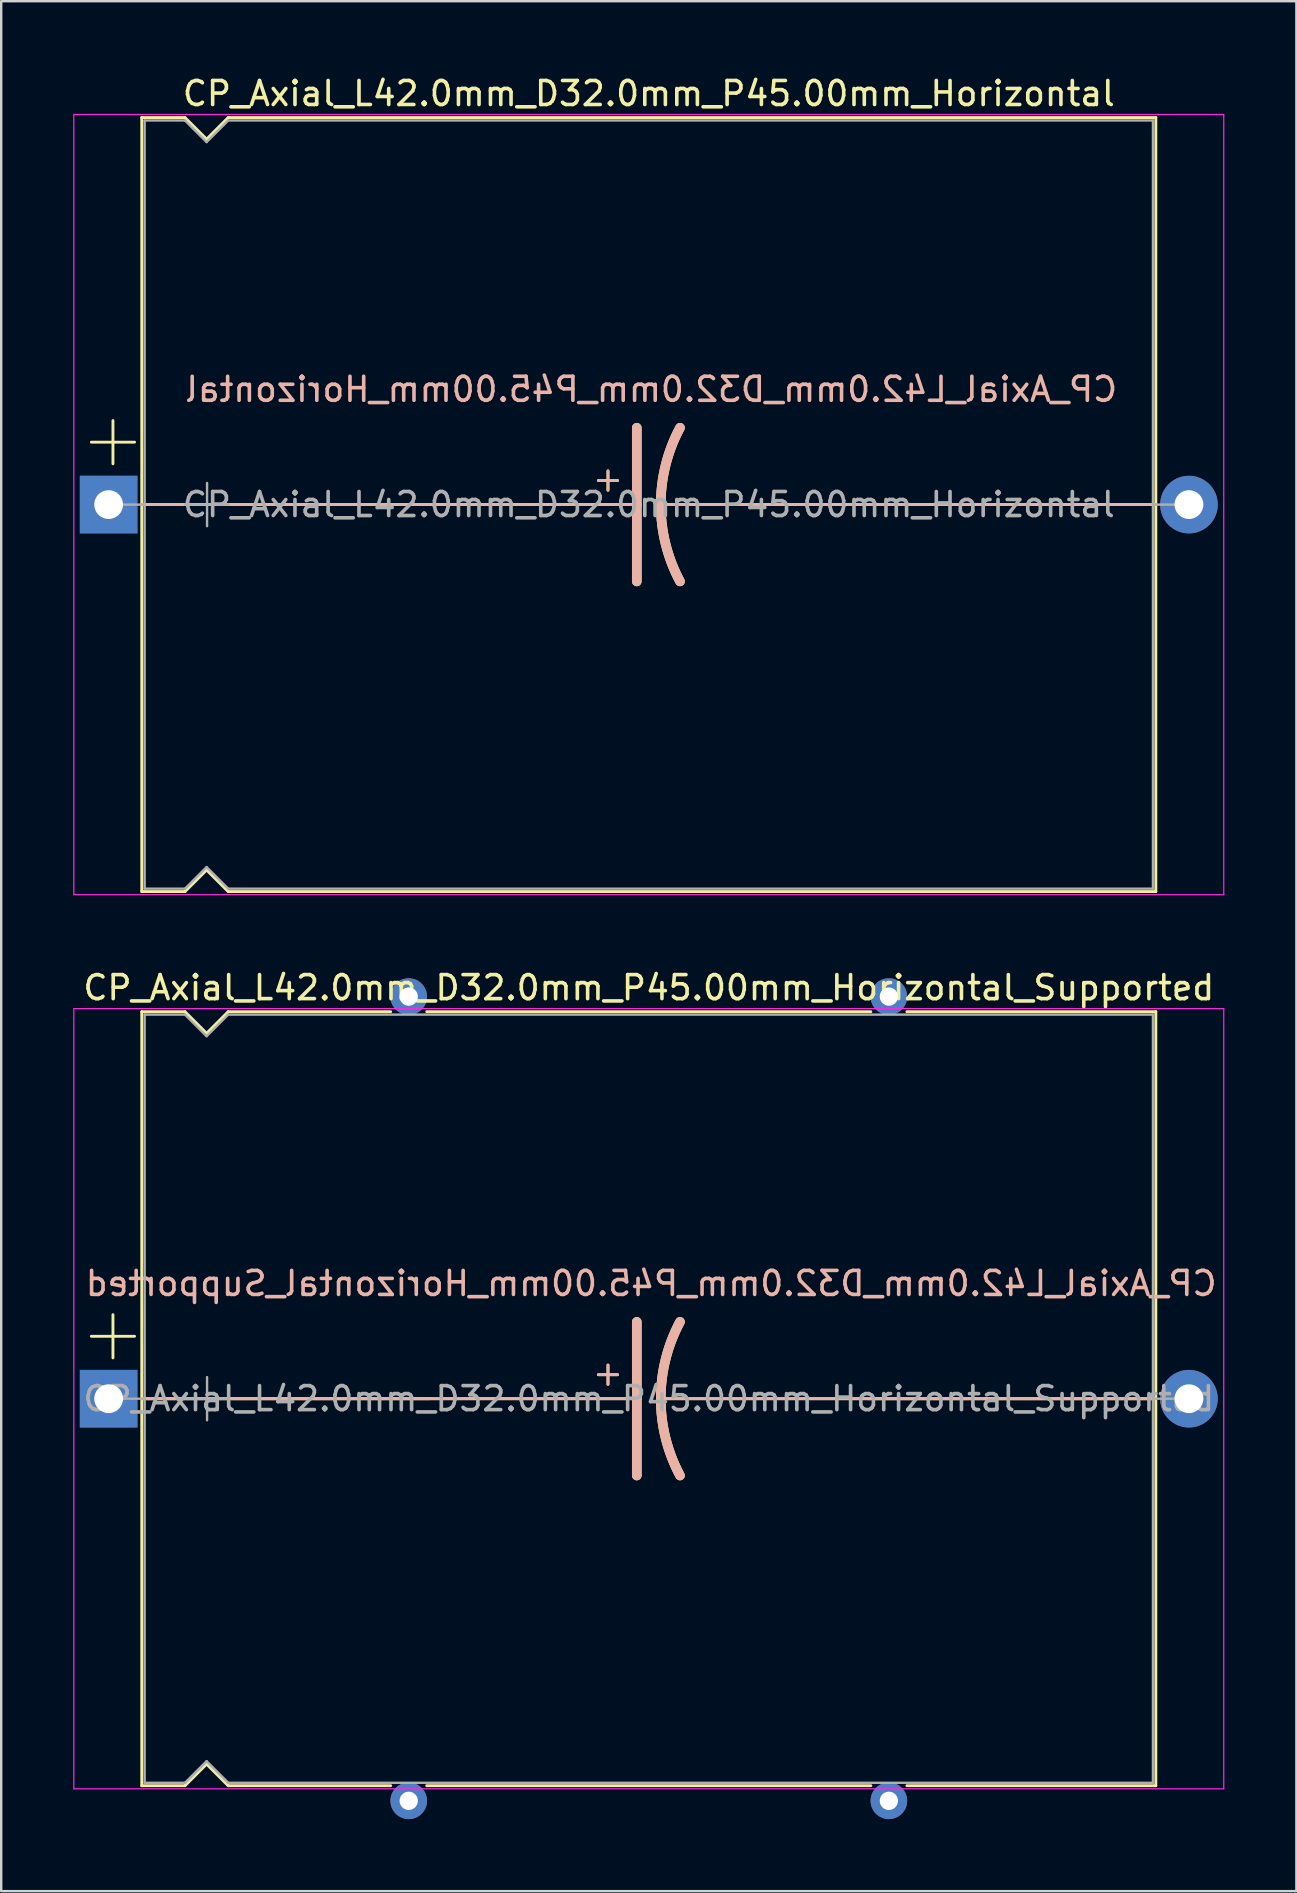
<source format=kicad_pcb>
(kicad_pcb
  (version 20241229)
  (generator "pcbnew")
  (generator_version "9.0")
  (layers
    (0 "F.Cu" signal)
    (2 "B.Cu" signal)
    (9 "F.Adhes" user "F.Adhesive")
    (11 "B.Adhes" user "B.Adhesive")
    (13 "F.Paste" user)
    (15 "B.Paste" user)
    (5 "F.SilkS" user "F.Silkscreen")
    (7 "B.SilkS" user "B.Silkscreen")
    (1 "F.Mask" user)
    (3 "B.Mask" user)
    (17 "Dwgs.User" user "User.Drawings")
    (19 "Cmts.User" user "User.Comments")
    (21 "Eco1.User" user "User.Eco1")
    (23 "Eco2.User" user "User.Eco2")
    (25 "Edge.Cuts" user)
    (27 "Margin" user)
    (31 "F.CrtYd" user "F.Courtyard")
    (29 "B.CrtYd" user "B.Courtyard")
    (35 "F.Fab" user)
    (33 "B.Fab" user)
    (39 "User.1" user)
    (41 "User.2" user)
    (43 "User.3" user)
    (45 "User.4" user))
  (footprint "CP_Axial_L42.0mm_D32.0mm_P45.00mm_Horizontal_Supported"
    (layer "F.Cu")
    (at 1.475 55.212)
    (property "Reference" "CP_Axial_L42.0mm_D32.0mm_P45.00mm_Horizontal_Supported" (at 22.5 -17.12 0) (layer "F.SilkS") (effects (font (size 1 1) (thickness 0.15))))
    (fp_line (start -0.72 -2.6) (end 1.08 -2.6) (stroke (width 0.12) (type solid)) (layer "F.SilkS"))
    (fp_line (start 0.18 -3.5) (end 0.18 -1.7) (stroke (width 0.12) (type solid)) (layer "F.SilkS"))
    (fp_line (start 1.38 -16.12) (end 1.38 16.12) (stroke (width 0.12) (type solid)) (layer "F.SilkS"))
    (fp_line (start 1.38 -16.12) (end 3.18 -16.12) (stroke (width 0.12) (type solid)) (layer "F.SilkS"))
    (fp_line (start 1.38 0) (end 22 0) (stroke (width 0.12) (type solid)) (layer "F.SilkS"))
    (fp_line (start 1.38 16.12) (end 3.18 16.12) (stroke (width 0.12) (type solid)) (layer "F.SilkS"))
    (fp_line (start 3.18 -16.12) (end 4.08 -15.22) (stroke (width 0.12) (type solid)) (layer "F.SilkS"))
    (fp_line (start 3.18 16.12) (end 4.08 15.22) (stroke (width 0.12) (type solid)) (layer "F.SilkS"))
    (fp_line (start 4.08 -15.22) (end 4.98 -16.12) (stroke (width 0.12) (type solid)) (layer "F.SilkS"))
    (fp_line (start 4.08 15.22) (end 4.98 16.12) (stroke (width 0.12) (type solid)) (layer "F.SilkS"))
    (fp_line (start 4.98 -16.12) (end 11.75 -16.12) (stroke (width 0.12) (type solid)) (layer "F.SilkS"))
    (fp_line (start 4.98 16.12) (end 11.75 16.12) (stroke (width 0.12) (type solid)) (layer "F.SilkS"))
    (fp_line (start 13.25 -16.12) (end 31.75 -16.12) (stroke (width 0.12) (type solid)) (layer "F.SilkS"))
    (fp_line (start 13.25 16.12) (end 31.75 16.12) (stroke (width 0.12) (type solid)) (layer "F.SilkS"))
    (fp_line (start 20.4 -1) (end 21.2 -1) (stroke (width 0.12) (type solid)) (layer "F.SilkS"))
    (fp_line (start 20.8 -1.4) (end 20.8 -0.6) (stroke (width 0.12) (type solid)) (layer "F.SilkS"))
    (fp_line (start 22 0) (end 22 -3.2) (stroke (width 0.4) (type solid)) (layer "F.SilkS"))
    (fp_line (start 22 0) (end 22 3.2) (stroke (width 0.4) (type solid)) (layer "F.SilkS"))
    (fp_line (start 33.25 -16.12) (end 43.62 -16.12) (stroke (width 0.12) (type solid)) (layer "F.SilkS"))
    (fp_line (start 33.25 16.12) (end 43.62 16.12) (stroke (width 0.12) (type solid)) (layer "F.SilkS"))
    (fp_line (start 43.62 -16.12) (end 43.62 16.12) (stroke (width 0.12) (type solid)) (layer "F.SilkS"))
    (fp_line (start 43.62 0) (end 23 0) (stroke (width 0.12) (type solid)) (layer "F.SilkS"))
    (fp_arc (start 23 0) (mid 23.203545 -1.649114) (end 23.8 -3.2) (stroke (width 0.4) (type solid)) (layer "F.SilkS"))
    (fp_arc (start 23.8 3.2) (mid 23.200704 1.649824) (end 23 0) (stroke (width 0.4) (type solid)) (layer "F.SilkS"))
    (fp_line (start 1.38 0) (end 22 0) (stroke (width 0.12) (type solid)) (layer "B.SilkS"))
    (fp_line (start 1.4 0) (end 13.38 0) (stroke (width 0.12) (type solid)) (layer "B.SilkS"))
    (fp_line (start 20.4 -1) (end 21.2 -1) (stroke (width 0.12) (type solid)) (layer "B.SilkS"))
    (fp_line (start 20.8 -0.6) (end 20.8 -1.4) (stroke (width 0.12) (type solid)) (layer "B.SilkS"))
    (fp_line (start 22 0) (end 22 -3.2) (stroke (width 0.4) (type solid)) (layer "B.SilkS"))
    (fp_line (start 22 0) (end 22 3.2) (stroke (width 0.4) (type solid)) (layer "B.SilkS"))
    (fp_line (start 43.6 0) (end 31.62 0) (stroke (width 0.12) (type solid)) (layer "B.SilkS"))
    (fp_line (start 43.62 0) (end 23 0) (stroke (width 0.12) (type solid)) (layer "B.SilkS"))
    (fp_arc (start 23 0) (mid 23.200703 -1.649824) (end 23.8 -3.2) (stroke (width 0.4) (type solid)) (layer "B.SilkS"))
    (fp_arc (start 23.8 3.2) (mid 23.203544 1.649114) (end 23 0) (stroke (width 0.4) (type solid)) (layer "B.SilkS"))
    (fp_line (start -1.45 -16.25) (end -1.45 16.25) (stroke (width 0.05) (type solid)) (layer "F.CrtYd"))
    (fp_line (start -1.45 16.25) (end 46.45 16.25) (stroke (width 0.05) (type solid)) (layer "F.CrtYd"))
    (fp_line (start 46.45 -16.25) (end -1.45 -16.25) (stroke (width 0.05) (type solid)) (layer "F.CrtYd"))
    (fp_line (start 46.45 16.25) (end 46.45 -16.25) (stroke (width 0.05) (type solid)) (layer "F.CrtYd"))
    (fp_line (start 0 0) (end 1.5 0) (stroke (width 0.1) (type solid)) (layer "F.Fab"))
    (fp_line (start 1.5 -16) (end 1.5 16) (stroke (width 0.1) (type solid)) (layer "F.Fab"))
    (fp_line (start 1.5 -16) (end 3.18 -16) (stroke (width 0.1) (type solid)) (layer "F.Fab"))
    (fp_line (start 1.5 16) (end 3.18 16) (stroke (width 0.1) (type solid)) (layer "F.Fab"))
    (fp_line (start 3.18 -16) (end 4.08 -15.1) (stroke (width 0.1) (type solid)) (layer "F.Fab"))
    (fp_line (start 3.18 16) (end 4.08 15.1) (stroke (width 0.1) (type solid)) (layer "F.Fab"))
    (fp_line (start 3.2 0) (end 5 0) (stroke (width 0.1) (type solid)) (layer "F.Fab"))
    (fp_line (start 4.08 -15.1) (end 4.98 -16) (stroke (width 0.1) (type solid)) (layer "F.Fab"))
    (fp_line (start 4.08 15.1) (end 4.98 16) (stroke (width 0.1) (type solid)) (layer "F.Fab"))
    (fp_line (start 4.1 -0.9) (end 4.1 0.9) (stroke (width 0.1) (type solid)) (layer "F.Fab"))
    (fp_line (start 4.98 -16) (end 43.5 -16) (stroke (width 0.1) (type solid)) (layer "F.Fab"))
    (fp_line (start 4.98 16) (end 43.5 16) (stroke (width 0.1) (type solid)) (layer "F.Fab"))
    (fp_line (start 43.5 -16) (end 43.5 16) (stroke (width 0.1) (type solid)) (layer "F.Fab"))
    (fp_line (start 45 0) (end 43.5 0) (stroke (width 0.1) (type solid)) (layer "F.Fab"))
    (fp_text user "${REFERENCE}" (at 22.6 -4.8 0) (layer "B.SilkS") (effects (font (size 1 1) (thickness 0.15)) (justify mirror)))
    (fp_text user "${REFERENCE}" (at 22.5 0 0) (layer "F.Fab") (effects (font (size 1 1) (thickness 0.15))))
    (pad "" thru_hole circle (at 12.5 -16.75) (size 1.524 1.524) (drill 0.762) (layers "*.Cu" "*.Mask"))
    (pad "" thru_hole circle (at 12.5 16.75) (size 1.524 1.524) (drill 0.762) (layers "*.Cu" "*.Mask"))
    (pad "" thru_hole circle (at 32.5 -16.75) (size 1.524 1.524) (drill 0.762) (layers "*.Cu" "*.Mask"))
    (pad "" thru_hole circle (at 32.5 16.75) (size 1.524 1.524) (drill 0.762) (layers "*.Cu" "*.Mask"))
    (pad "1" thru_hole rect (at 0 0) (size 2.4 2.4) (drill 1.2) (layers "*.Cu" "*.Mask"))
    (pad "2" thru_hole oval (at 45 0) (size 2.4 2.4) (drill 1.2) (layers "*.Cu" "*.Mask")))
  (footprint "CP_Axial_L42.0mm_D32.0mm_P45.00mm_Horizontal"
    (layer "F.Cu")
    (at 1.475 17.968)
    (property "Reference" "CP_Axial_L42.0mm_D32.0mm_P45.00mm_Horizontal" (at 22.5 -17.12 0) (layer "F.SilkS") (effects (font (size 1 1) (thickness 0.15))))
    (fp_line (start -0.72 -2.6) (end 1.08 -2.6) (stroke (width 0.12) (type solid)) (layer "F.SilkS"))
    (fp_line (start 0.18 -3.5) (end 0.18 -1.7) (stroke (width 0.12) (type solid)) (layer "F.SilkS"))
    (fp_line (start 1.38 -16.12) (end 1.38 16.12) (stroke (width 0.12) (type solid)) (layer "F.SilkS"))
    (fp_line (start 1.38 -16.12) (end 3.18 -16.12) (stroke (width 0.12) (type solid)) (layer "F.SilkS"))
    (fp_line (start 1.38 0) (end 22 0) (stroke (width 0.12) (type solid)) (layer "F.SilkS"))
    (fp_line (start 1.38 16.12) (end 3.18 16.12) (stroke (width 0.12) (type solid)) (layer "F.SilkS"))
    (fp_line (start 3.18 -16.12) (end 4.08 -15.22) (stroke (width 0.12) (type solid)) (layer "F.SilkS"))
    (fp_line (start 3.18 16.12) (end 4.08 15.22) (stroke (width 0.12) (type solid)) (layer "F.SilkS"))
    (fp_line (start 4.08 -15.22) (end 4.98 -16.12) (stroke (width 0.12) (type solid)) (layer "F.SilkS"))
    (fp_line (start 4.08 15.22) (end 4.98 16.12) (stroke (width 0.12) (type solid)) (layer "F.SilkS"))
    (fp_line (start 4.98 -16.12) (end 43.62 -16.12) (stroke (width 0.12) (type solid)) (layer "F.SilkS"))
    (fp_line (start 4.98 16.12) (end 43.62 16.12) (stroke (width 0.12) (type solid)) (layer "F.SilkS"))
    (fp_line (start 20.4 -1) (end 21.2 -1) (stroke (width 0.12) (type solid)) (layer "F.SilkS"))
    (fp_line (start 20.8 -1.4) (end 20.8 -0.6) (stroke (width 0.12) (type solid)) (layer "F.SilkS"))
    (fp_line (start 22 0) (end 22 -3.2) (stroke (width 0.4) (type solid)) (layer "F.SilkS"))
    (fp_line (start 22 0) (end 22 3.2) (stroke (width 0.4) (type solid)) (layer "F.SilkS"))
    (fp_line (start 43.62 -16.12) (end 43.62 16.12) (stroke (width 0.12) (type solid)) (layer "F.SilkS"))
    (fp_line (start 43.62 0) (end 23 0) (stroke (width 0.12) (type solid)) (layer "F.SilkS"))
    (fp_arc (start 23 0) (mid 23.203545 -1.649114) (end 23.8 -3.2) (stroke (width 0.4) (type solid)) (layer "F.SilkS"))
    (fp_arc (start 23.8 3.2) (mid 23.200704 1.649824) (end 23 0) (stroke (width 0.4) (type solid)) (layer "F.SilkS"))
    (fp_line (start 1.38 0) (end 22 0) (stroke (width 0.12) (type solid)) (layer "B.SilkS"))
    (fp_line (start 1.4 0) (end 13.38 0) (stroke (width 0.12) (type solid)) (layer "B.SilkS"))
    (fp_line (start 20.4 -1) (end 21.2 -1) (stroke (width 0.12) (type solid)) (layer "B.SilkS"))
    (fp_line (start 20.8 -0.6) (end 20.8 -1.4) (stroke (width 0.12) (type solid)) (layer "B.SilkS"))
    (fp_line (start 22 0) (end 22 -3.2) (stroke (width 0.4) (type solid)) (layer "B.SilkS"))
    (fp_line (start 22 0) (end 22 3.2) (stroke (width 0.4) (type solid)) (layer "B.SilkS"))
    (fp_line (start 43.6 0) (end 31.62 0) (stroke (width 0.12) (type solid)) (layer "B.SilkS"))
    (fp_line (start 43.62 0) (end 23 0) (stroke (width 0.12) (type solid)) (layer "B.SilkS"))
    (fp_arc (start 23 0) (mid 23.200703 -1.649824) (end 23.8 -3.2) (stroke (width 0.4) (type solid)) (layer "B.SilkS"))
    (fp_arc (start 23.8 3.2) (mid 23.203544 1.649114) (end 23 0) (stroke (width 0.4) (type solid)) (layer "B.SilkS"))
    (fp_line (start -1.45 -16.25) (end -1.45 16.25) (stroke (width 0.05) (type solid)) (layer "F.CrtYd"))
    (fp_line (start -1.45 16.25) (end 46.45 16.25) (stroke (width 0.05) (type solid)) (layer "F.CrtYd"))
    (fp_line (start 46.45 -16.25) (end -1.45 -16.25) (stroke (width 0.05) (type solid)) (layer "F.CrtYd"))
    (fp_line (start 46.45 16.25) (end 46.45 -16.25) (stroke (width 0.05) (type solid)) (layer "F.CrtYd"))
    (fp_line (start 0 0) (end 1.5 0) (stroke (width 0.1) (type solid)) (layer "F.Fab"))
    (fp_line (start 1.5 -16) (end 1.5 16) (stroke (width 0.1) (type solid)) (layer "F.Fab"))
    (fp_line (start 1.5 -16) (end 3.18 -16) (stroke (width 0.1) (type solid)) (layer "F.Fab"))
    (fp_line (start 1.5 16) (end 3.18 16) (stroke (width 0.1) (type solid)) (layer "F.Fab"))
    (fp_line (start 3.18 -16) (end 4.08 -15.1) (stroke (width 0.1) (type solid)) (layer "F.Fab"))
    (fp_line (start 3.18 16) (end 4.08 15.1) (stroke (width 0.1) (type solid)) (layer "F.Fab"))
    (fp_line (start 3.2 0) (end 5 0) (stroke (width 0.1) (type solid)) (layer "F.Fab"))
    (fp_line (start 4.08 -15.1) (end 4.98 -16) (stroke (width 0.1) (type solid)) (layer "F.Fab"))
    (fp_line (start 4.08 15.1) (end 4.98 16) (stroke (width 0.1) (type solid)) (layer "F.Fab"))
    (fp_line (start 4.1 -0.9) (end 4.1 0.9) (stroke (width 0.1) (type solid)) (layer "F.Fab"))
    (fp_line (start 4.98 -16) (end 43.5 -16) (stroke (width 0.1) (type solid)) (layer "F.Fab"))
    (fp_line (start 4.98 16) (end 43.5 16) (stroke (width 0.1) (type solid)) (layer "F.Fab"))
    (fp_line (start 43.5 -16) (end 43.5 16) (stroke (width 0.1) (type solid)) (layer "F.Fab"))
    (fp_line (start 45 0) (end 43.5 0) (stroke (width 0.1) (type solid)) (layer "F.Fab"))
    (fp_text user "${REFERENCE}" (at 22.6 -4.8 0) (layer "B.SilkS") (effects (font (size 1 1) (thickness 0.15)) (justify mirror)))
    (fp_text user "${REFERENCE}" (at 22.5 0 0) (layer "F.Fab") (effects (font (size 1 1) (thickness 0.15))))
    (pad "1" thru_hole rect (at 0 0) (size 2.4 2.4) (drill 1.2) (layers "*.Cu" "*.Mask"))
    (pad "2" thru_hole oval (at 45 0) (size 2.4 2.4) (drill 1.2) (layers "*.Cu" "*.Mask")))
  (gr_rect
    (start -3 -3)
    (end 50.95 75.724)
    (stroke (width 0.1) (type default))
    (fill no)
    (layer "Edge.Cuts")))
</source>
